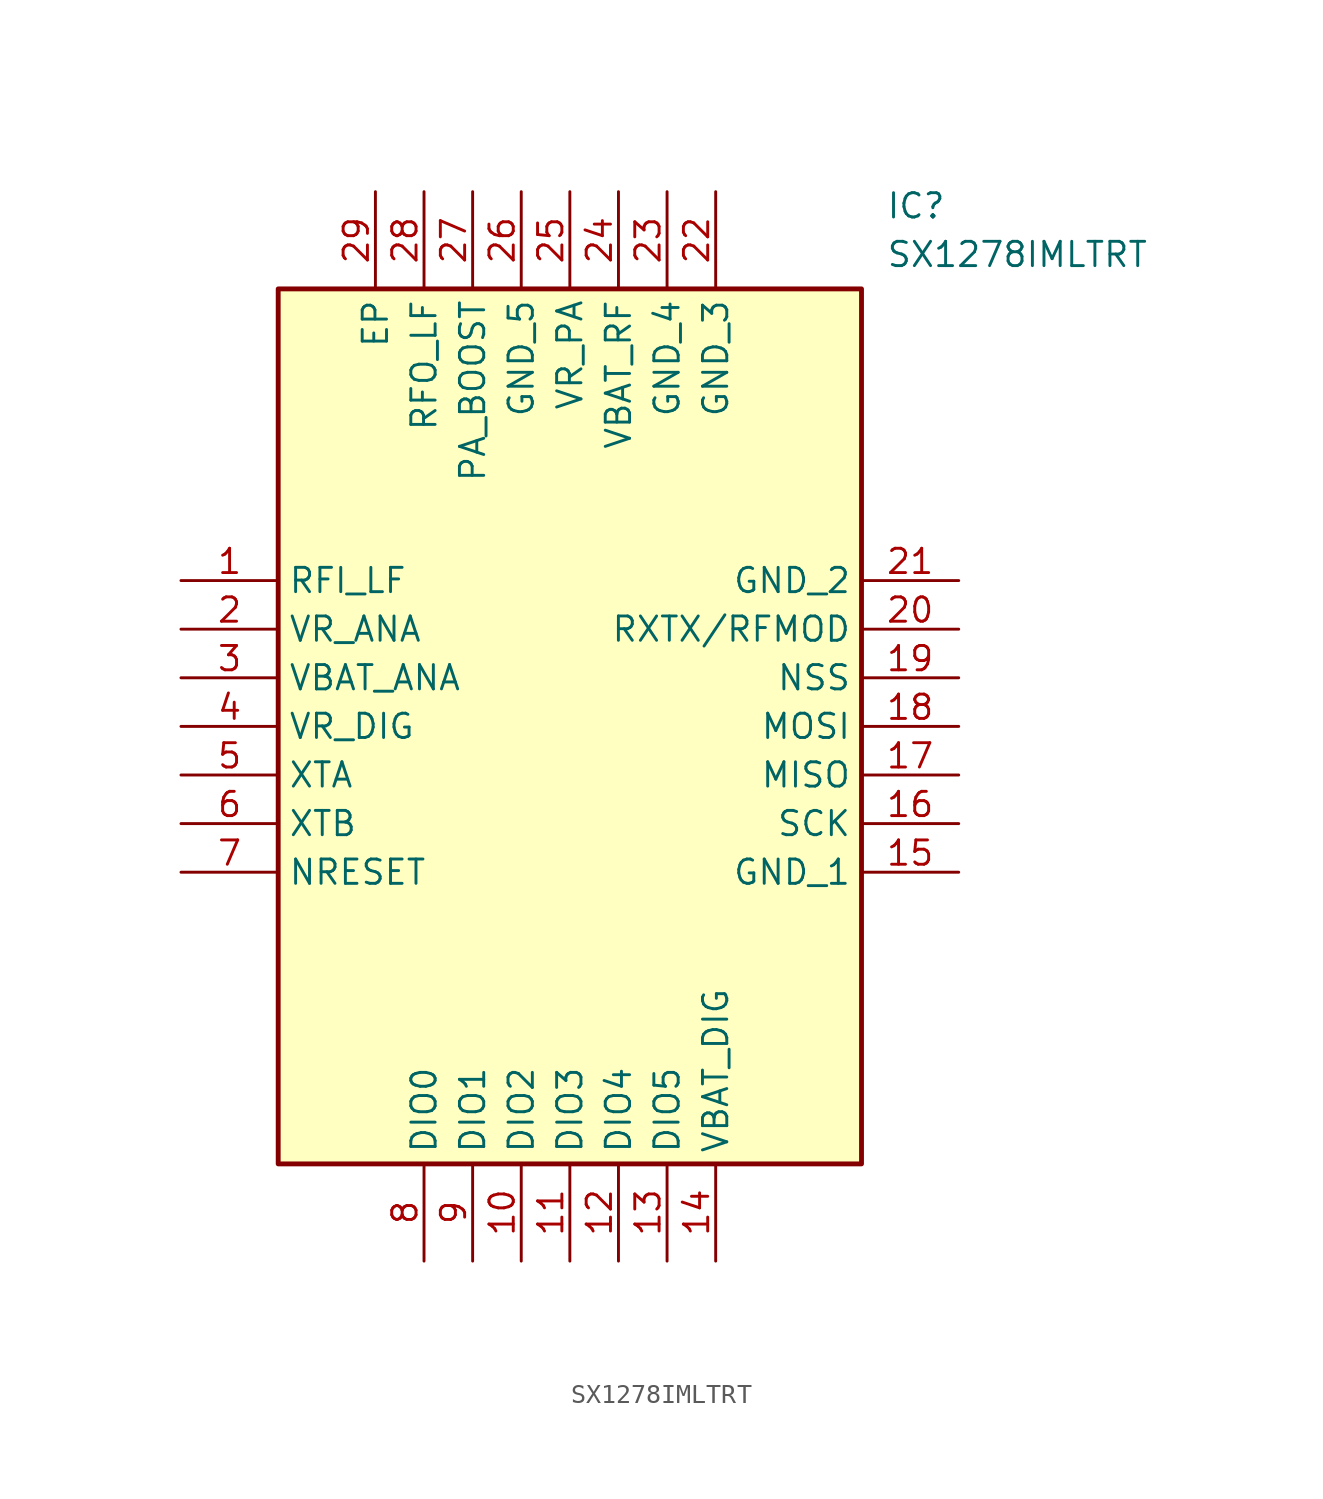
<source format=kicad_sym>
(kicad_symbol_lib
  (version 20211014)
  (generator SamacSys_ECAD_Model)
  (symbol "SX1278IMLTRT"
    (property "Reference" "IC"
      (at 36.83 20.32 0)
      (effects (font (size 1.27 1.27)) (justify left top)))
    (property "Value" "SX1278IMLTRT"
      (at 36.83 17.78 0)
      (effects (font (size 1.27 1.27)) (justify left top)))
    (rectangle
      (start 5.08 15.24)
      (end 35.56 -30.48)
      (stroke (width 0.254) (type default))
      (fill (type background)))
    (pin passive line
      (at 0 0 0)
      (length 5.08)
      (name "RFI_LF" (effects (font (size 1.27 1.27))))
      (number "1" (effects (font (size 1.27 1.27)))))
    (pin passive line
      (at 0 -2.54 0)
      (length 5.08)
      (name "VR_ANA" (effects (font (size 1.27 1.27))))
      (number "2" (effects (font (size 1.27 1.27)))))
    (pin passive line
      (at 0 -5.08 0)
      (length 5.08)
      (name "VBAT_ANA" (effects (font (size 1.27 1.27))))
      (number "3" (effects (font (size 1.27 1.27)))))
    (pin passive line
      (at 0 -7.62 0)
      (length 5.08)
      (name "VR_DIG" (effects (font (size 1.27 1.27))))
      (number "4" (effects (font (size 1.27 1.27)))))
    (pin passive line
      (at 0 -10.16 0)
      (length 5.08)
      (name "XTA" (effects (font (size 1.27 1.27))))
      (number "5" (effects (font (size 1.27 1.27)))))
    (pin passive line
      (at 0 -12.7 0)
      (length 5.08)
      (name "XTB" (effects (font (size 1.27 1.27))))
      (number "6" (effects (font (size 1.27 1.27)))))
    (pin passive line
      (at 0 -15.24 0)
      (length 5.08)
      (name "NRESET" (effects (font (size 1.27 1.27))))
      (number "7" (effects (font (size 1.27 1.27)))))
    (pin passive line
      (at 12.7 -35.56 90)
      (length 5.08)
      (name "DIO0" (effects (font (size 1.27 1.27))))
      (number "8" (effects (font (size 1.27 1.27)))))
    (pin passive line
      (at 15.24 -35.56 90)
      (length 5.08)
      (name "DIO1" (effects (font (size 1.27 1.27))))
      (number "9" (effects (font (size 1.27 1.27)))))
    (pin passive line
      (at 17.78 -35.56 90)
      (length 5.08)
      (name "DIO2" (effects (font (size 1.27 1.27))))
      (number "10" (effects (font (size 1.27 1.27)))))
    (pin passive line
      (at 20.32 -35.56 90)
      (length 5.08)
      (name "DIO3" (effects (font (size 1.27 1.27))))
      (number "11" (effects (font (size 1.27 1.27)))))
    (pin passive line
      (at 22.86 -35.56 90)
      (length 5.08)
      (name "DIO4" (effects (font (size 1.27 1.27))))
      (number "12" (effects (font (size 1.27 1.27)))))
    (pin passive line
      (at 25.4 -35.56 90)
      (length 5.08)
      (name "DIO5" (effects (font (size 1.27 1.27))))
      (number "13" (effects (font (size 1.27 1.27)))))
    (pin passive line
      (at 27.94 -35.56 90)
      (length 5.08)
      (name "VBAT_DIG" (effects (font (size 1.27 1.27))))
      (number "14" (effects (font (size 1.27 1.27)))))
    (pin passive line
      (at 40.64 0 180)
      (length 5.08)
      (name "GND_2" (effects (font (size 1.27 1.27))))
      (number "21" (effects (font (size 1.27 1.27)))))
    (pin passive line
      (at 40.64 -2.54 180)
      (length 5.08)
      (name "RXTX/RFMOD" (effects (font (size 1.27 1.27))))
      (number "20" (effects (font (size 1.27 1.27)))))
    (pin passive line
      (at 40.64 -5.08 180)
      (length 5.08)
      (name "NSS" (effects (font (size 1.27 1.27))))
      (number "19" (effects (font (size 1.27 1.27)))))
    (pin passive line
      (at 40.64 -7.62 180)
      (length 5.08)
      (name "MOSI" (effects (font (size 1.27 1.27))))
      (number "18" (effects (font (size 1.27 1.27)))))
    (pin passive line
      (at 40.64 -10.16 180)
      (length 5.08)
      (name "MISO" (effects (font (size 1.27 1.27))))
      (number "17" (effects (font (size 1.27 1.27)))))
    (pin passive line
      (at 40.64 -12.7 180)
      (length 5.08)
      (name "SCK" (effects (font (size 1.27 1.27))))
      (number "16" (effects (font (size 1.27 1.27)))))
    (pin passive line
      (at 40.64 -15.24 180)
      (length 5.08)
      (name "GND_1" (effects (font (size 1.27 1.27))))
      (number "15" (effects (font (size 1.27 1.27)))))
    (pin passive line
      (at 10.16 20.32 270)
      (length 5.08)
      (name "EP" (effects (font (size 1.27 1.27))))
      (number "29" (effects (font (size 1.27 1.27)))))
    (pin passive line
      (at 12.7 20.32 270)
      (length 5.08)
      (name "RFO_LF" (effects (font (size 1.27 1.27))))
      (number "28" (effects (font (size 1.27 1.27)))))
    (pin passive line
      (at 15.24 20.32 270)
      (length 5.08)
      (name "PA_BOOST" (effects (font (size 1.27 1.27))))
      (number "27" (effects (font (size 1.27 1.27)))))
    (pin passive line
      (at 17.78 20.32 270)
      (length 5.08)
      (name "GND_5" (effects (font (size 1.27 1.27))))
      (number "26" (effects (font (size 1.27 1.27)))))
    (pin passive line
      (at 20.32 20.32 270)
      (length 5.08)
      (name "VR_PA" (effects (font (size 1.27 1.27))))
      (number "25" (effects (font (size 1.27 1.27)))))
    (pin passive line
      (at 22.86 20.32 270)
      (length 5.08)
      (name "VBAT_RF" (effects (font (size 1.27 1.27))))
      (number "24" (effects (font (size 1.27 1.27)))))
    (pin passive line
      (at 25.4 20.32 270)
      (length 5.08)
      (name "GND_4" (effects (font (size 1.27 1.27))))
      (number "23" (effects (font (size 1.27 1.27)))))
    (pin passive line
      (at 27.94 20.32 270)
      (length 5.08)
      (name "GND_3" (effects (font (size 1.27 1.27))))
      (number "22" (effects (font (size 1.27 1.27)))))))
</source>
